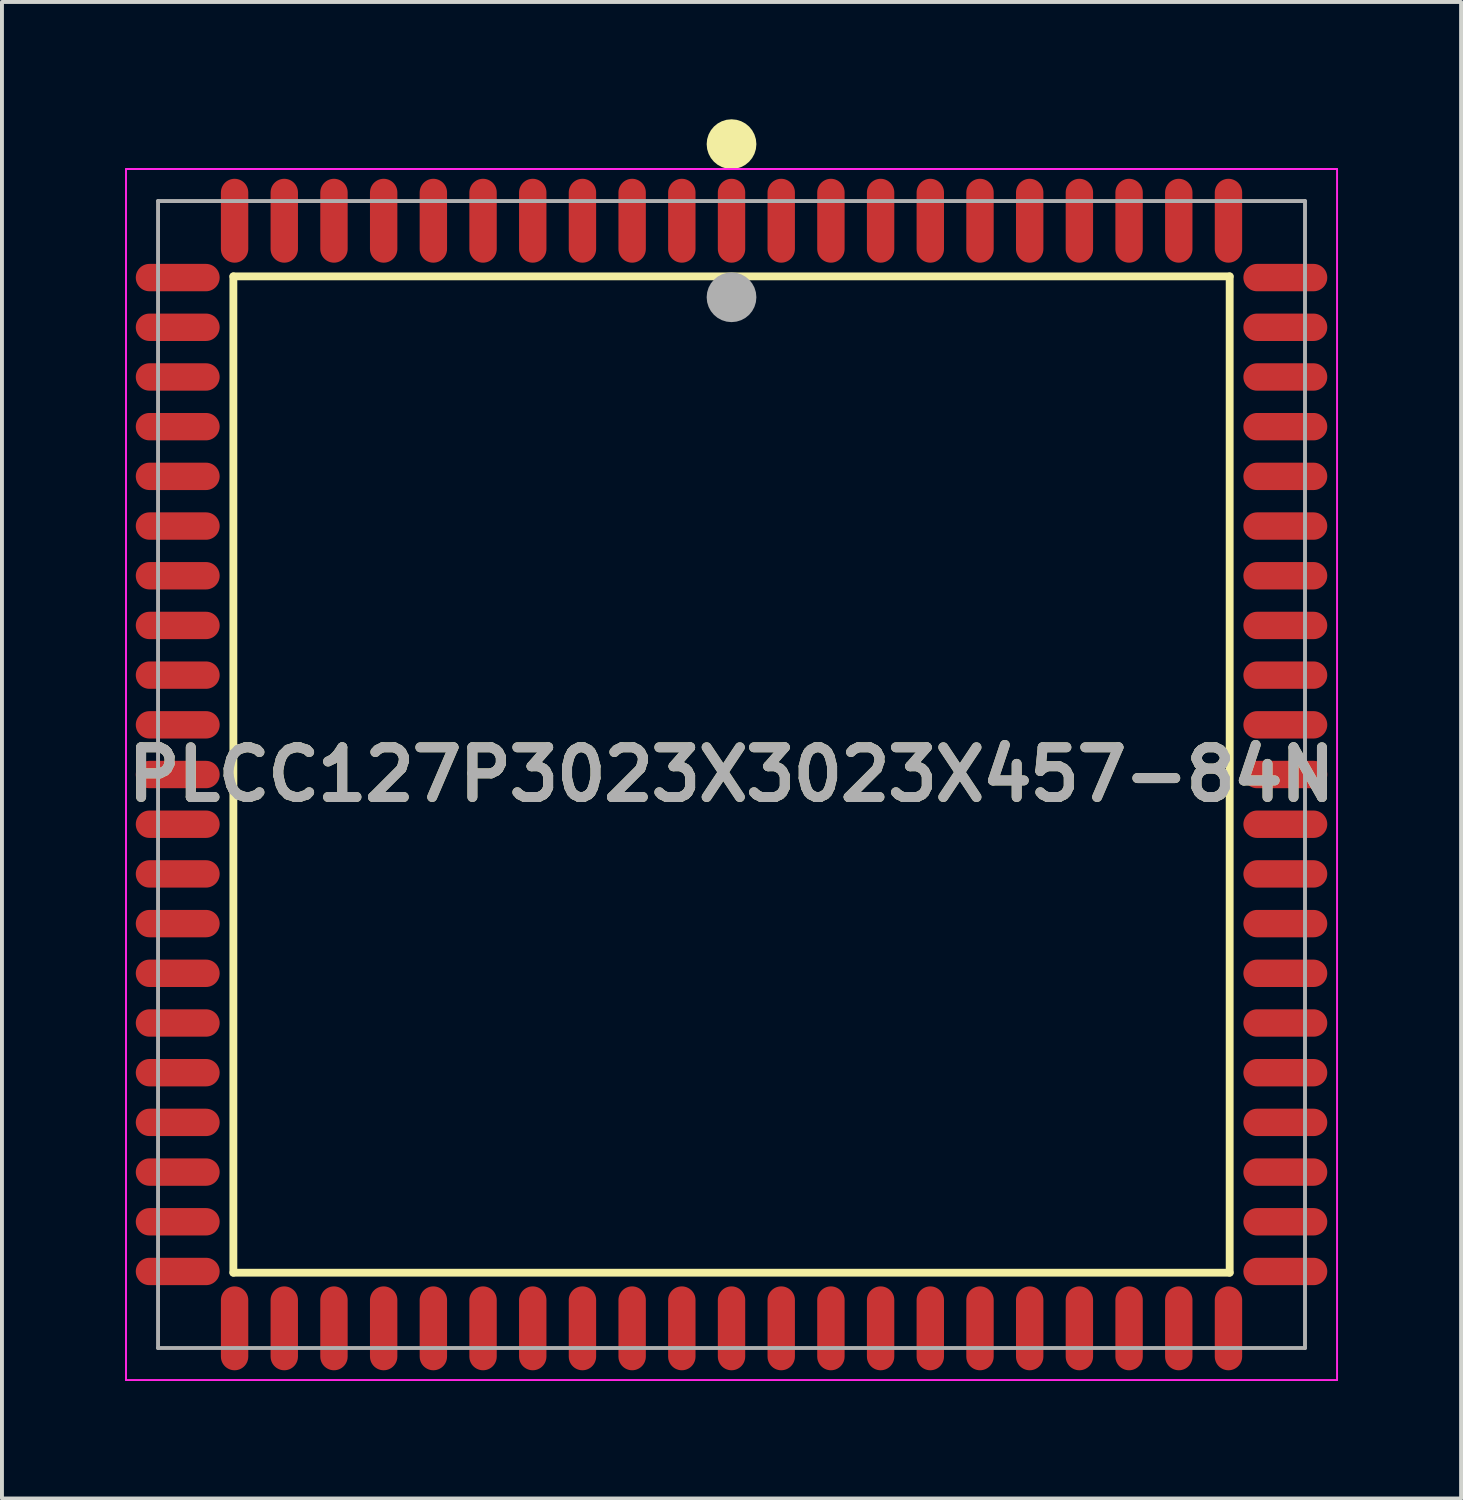
<source format=kicad_pcb>
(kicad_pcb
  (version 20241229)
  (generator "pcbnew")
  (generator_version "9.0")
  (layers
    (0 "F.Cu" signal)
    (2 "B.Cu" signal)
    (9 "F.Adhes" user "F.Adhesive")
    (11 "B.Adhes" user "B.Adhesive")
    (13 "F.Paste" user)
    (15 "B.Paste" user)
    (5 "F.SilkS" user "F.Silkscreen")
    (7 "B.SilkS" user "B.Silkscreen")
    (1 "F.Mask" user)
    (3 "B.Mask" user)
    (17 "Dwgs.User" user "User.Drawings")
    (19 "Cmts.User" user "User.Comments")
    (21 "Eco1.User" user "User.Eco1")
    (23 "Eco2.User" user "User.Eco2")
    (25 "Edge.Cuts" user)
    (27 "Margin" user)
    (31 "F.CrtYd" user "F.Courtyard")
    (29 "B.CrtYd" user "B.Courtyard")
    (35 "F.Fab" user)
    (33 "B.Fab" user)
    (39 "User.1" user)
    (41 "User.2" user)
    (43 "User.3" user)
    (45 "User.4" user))
  (footprint "PLCC127P3023X3023X457-84N"
    (layer "F.Cu")
    (at 15.645 16.744)
    (property "Reference" "PLCC127P3023X3023X457-84N" (at 0 0 0) (layer "F.SilkS") (effects (font (size 1.27 1.27) (thickness 0.254))))
    (attr smd)
    (fp_line (start -12.731 -12.731) (end 12.731 -12.731) (stroke (width 0.2) (type solid)) (layer "F.SilkS"))
    (fp_line (start -12.731 12.731) (end -12.731 -12.731) (stroke (width 0.2) (type solid)) (layer "F.SilkS"))
    (fp_line (start 12.731 -12.731) (end 12.731 12.731) (stroke (width 0.2) (type solid)) (layer "F.SilkS"))
    (fp_line (start 12.731 12.731) (end -12.731 12.731) (stroke (width 0.2) (type solid)) (layer "F.SilkS"))
    (fp_circle (center 0 -16.11) (end 0 -15.792) (stroke (width 0.635) (type solid)) (fill no) (layer "F.SilkS"))
    (fp_line (start -15.475 -15.475) (end 15.475 -15.475) (stroke (width 0.05) (type solid)) (layer "F.CrtYd"))
    (fp_line (start -15.475 15.475) (end -15.475 -15.475) (stroke (width 0.05) (type solid)) (layer "F.CrtYd"))
    (fp_line (start 15.475 -15.475) (end 15.475 15.475) (stroke (width 0.05) (type solid)) (layer "F.CrtYd"))
    (fp_line (start 15.475 15.475) (end -15.475 15.475) (stroke (width 0.05) (type solid)) (layer "F.CrtYd"))
    (fp_line (start -14.656 -14.656) (end 14.656 -14.656) (stroke (width 0.1) (type solid)) (layer "F.Fab"))
    (fp_line (start -14.656 14.656) (end -14.656 -14.656) (stroke (width 0.1) (type solid)) (layer "F.Fab"))
    (fp_line (start 14.656 -14.656) (end 14.656 14.656) (stroke (width 0.1) (type solid)) (layer "F.Fab"))
    (fp_line (start 14.656 14.656) (end -14.656 14.656) (stroke (width 0.1) (type solid)) (layer "F.Fab"))
    (fp_circle (center 0 -12.197) (end 0 -11.879) (stroke (width 0.635) (type solid)) (fill no) (layer "F.Fab"))
    (fp_text user "${REFERENCE}" (at 0 0 0) (layer "F.Fab") (effects (font (size 1.27 1.27) (thickness 0.254))))
    (pad "1" smd oval (at 0 -14.153) (size 0.7 2.144) (layers "F.Cu" "F.Mask" "F.Paste"))
    (pad "2" smd oval (at -1.27 -14.153) (size 0.7 2.144) (layers "F.Cu" "F.Mask" "F.Paste"))
    (pad "3" smd oval (at -2.54 -14.153) (size 0.7 2.144) (layers "F.Cu" "F.Mask" "F.Paste"))
    (pad "4" smd oval (at -3.81 -14.153) (size 0.7 2.144) (layers "F.Cu" "F.Mask" "F.Paste"))
    (pad "5" smd oval (at -5.08 -14.153) (size 0.7 2.144) (layers "F.Cu" "F.Mask" "F.Paste"))
    (pad "6" smd oval (at -6.35 -14.153) (size 0.7 2.144) (layers "F.Cu" "F.Mask" "F.Paste"))
    (pad "7" smd oval (at -7.62 -14.153) (size 0.7 2.144) (layers "F.Cu" "F.Mask" "F.Paste"))
    (pad "8" smd oval (at -8.89 -14.153) (size 0.7 2.144) (layers "F.Cu" "F.Mask" "F.Paste"))
    (pad "9" smd oval (at -10.16 -14.153) (size 0.7 2.144) (layers "F.Cu" "F.Mask" "F.Paste"))
    (pad "10" smd oval (at -11.43 -14.153) (size 0.7 2.144) (layers "F.Cu" "F.Mask" "F.Paste"))
    (pad "11" smd oval (at -12.7 -14.153) (size 0.7 2.144) (layers "F.Cu" "F.Mask" "F.Paste"))
    (pad "12" smd oval (at -14.153 -12.7 90) (size 0.7 2.144) (layers "F.Cu" "F.Mask" "F.Paste"))
    (pad "13" smd oval (at -14.153 -11.43 90) (size 0.7 2.144) (layers "F.Cu" "F.Mask" "F.Paste"))
    (pad "14" smd oval (at -14.153 -10.16 90) (size 0.7 2.144) (layers "F.Cu" "F.Mask" "F.Paste"))
    (pad "15" smd oval (at -14.153 -8.89 90) (size 0.7 2.144) (layers "F.Cu" "F.Mask" "F.Paste"))
    (pad "16" smd oval (at -14.153 -7.62 90) (size 0.7 2.144) (layers "F.Cu" "F.Mask" "F.Paste"))
    (pad "17" smd oval (at -14.153 -6.35 90) (size 0.7 2.144) (layers "F.Cu" "F.Mask" "F.Paste"))
    (pad "18" smd oval (at -14.153 -5.08 90) (size 0.7 2.144) (layers "F.Cu" "F.Mask" "F.Paste"))
    (pad "19" smd oval (at -14.153 -3.81 90) (size 0.7 2.144) (layers "F.Cu" "F.Mask" "F.Paste"))
    (pad "20" smd oval (at -14.153 -2.54 90) (size 0.7 2.144) (layers "F.Cu" "F.Mask" "F.Paste"))
    (pad "21" smd oval (at -14.153 -1.27 90) (size 0.7 2.144) (layers "F.Cu" "F.Mask" "F.Paste"))
    (pad "22" smd oval (at -14.153 0 90) (size 0.7 2.144) (layers "F.Cu" "F.Mask" "F.Paste"))
    (pad "23" smd oval (at -14.153 1.27 90) (size 0.7 2.144) (layers "F.Cu" "F.Mask" "F.Paste"))
    (pad "24" smd oval (at -14.153 2.54 90) (size 0.7 2.144) (layers "F.Cu" "F.Mask" "F.Paste"))
    (pad "25" smd oval (at -14.153 3.81 90) (size 0.7 2.144) (layers "F.Cu" "F.Mask" "F.Paste"))
    (pad "26" smd oval (at -14.153 5.08 90) (size 0.7 2.144) (layers "F.Cu" "F.Mask" "F.Paste"))
    (pad "27" smd oval (at -14.153 6.35 90) (size 0.7 2.144) (layers "F.Cu" "F.Mask" "F.Paste"))
    (pad "28" smd oval (at -14.153 7.62 90) (size 0.7 2.144) (layers "F.Cu" "F.Mask" "F.Paste"))
    (pad "29" smd oval (at -14.153 8.89 90) (size 0.7 2.144) (layers "F.Cu" "F.Mask" "F.Paste"))
    (pad "30" smd oval (at -14.153 10.16 90) (size 0.7 2.144) (layers "F.Cu" "F.Mask" "F.Paste"))
    (pad "31" smd oval (at -14.153 11.43 90) (size 0.7 2.144) (layers "F.Cu" "F.Mask" "F.Paste"))
    (pad "32" smd oval (at -14.153 12.7 90) (size 0.7 2.144) (layers "F.Cu" "F.Mask" "F.Paste"))
    (pad "33" smd oval (at -12.7 14.153) (size 0.7 2.144) (layers "F.Cu" "F.Mask" "F.Paste"))
    (pad "34" smd oval (at -11.43 14.153) (size 0.7 2.144) (layers "F.Cu" "F.Mask" "F.Paste"))
    (pad "35" smd oval (at -10.16 14.153) (size 0.7 2.144) (layers "F.Cu" "F.Mask" "F.Paste"))
    (pad "36" smd oval (at -8.89 14.153) (size 0.7 2.144) (layers "F.Cu" "F.Mask" "F.Paste"))
    (pad "37" smd oval (at -7.62 14.153) (size 0.7 2.144) (layers "F.Cu" "F.Mask" "F.Paste"))
    (pad "38" smd oval (at -6.35 14.153) (size 0.7 2.144) (layers "F.Cu" "F.Mask" "F.Paste"))
    (pad "39" smd oval (at -5.08 14.153) (size 0.7 2.144) (layers "F.Cu" "F.Mask" "F.Paste"))
    (pad "40" smd oval (at -3.81 14.153) (size 0.7 2.144) (layers "F.Cu" "F.Mask" "F.Paste"))
    (pad "41" smd oval (at -2.54 14.153) (size 0.7 2.144) (layers "F.Cu" "F.Mask" "F.Paste"))
    (pad "42" smd oval (at -1.27 14.153) (size 0.7 2.144) (layers "F.Cu" "F.Mask" "F.Paste"))
    (pad "43" smd oval (at 0 14.153) (size 0.7 2.144) (layers "F.Cu" "F.Mask" "F.Paste"))
    (pad "44" smd oval (at 1.27 14.153) (size 0.7 2.144) (layers "F.Cu" "F.Mask" "F.Paste"))
    (pad "45" smd oval (at 2.54 14.153) (size 0.7 2.144) (layers "F.Cu" "F.Mask" "F.Paste"))
    (pad "46" smd oval (at 3.81 14.153) (size 0.7 2.144) (layers "F.Cu" "F.Mask" "F.Paste"))
    (pad "47" smd oval (at 5.08 14.153) (size 0.7 2.144) (layers "F.Cu" "F.Mask" "F.Paste"))
    (pad "48" smd oval (at 6.35 14.153) (size 0.7 2.144) (layers "F.Cu" "F.Mask" "F.Paste"))
    (pad "49" smd oval (at 7.62 14.153) (size 0.7 2.144) (layers "F.Cu" "F.Mask" "F.Paste"))
    (pad "50" smd oval (at 8.89 14.153) (size 0.7 2.144) (layers "F.Cu" "F.Mask" "F.Paste"))
    (pad "51" smd oval (at 10.16 14.153) (size 0.7 2.144) (layers "F.Cu" "F.Mask" "F.Paste"))
    (pad "52" smd oval (at 11.43 14.153) (size 0.7 2.144) (layers "F.Cu" "F.Mask" "F.Paste"))
    (pad "53" smd oval (at 12.7 14.153) (size 0.7 2.144) (layers "F.Cu" "F.Mask" "F.Paste"))
    (pad "54" smd oval (at 14.153 12.7 90) (size 0.7 2.144) (layers "F.Cu" "F.Mask" "F.Paste"))
    (pad "55" smd oval (at 14.153 11.43 90) (size 0.7 2.144) (layers "F.Cu" "F.Mask" "F.Paste"))
    (pad "56" smd oval (at 14.153 10.16 90) (size 0.7 2.144) (layers "F.Cu" "F.Mask" "F.Paste"))
    (pad "57" smd oval (at 14.153 8.89 90) (size 0.7 2.144) (layers "F.Cu" "F.Mask" "F.Paste"))
    (pad "58" smd oval (at 14.153 7.62 90) (size 0.7 2.144) (layers "F.Cu" "F.Mask" "F.Paste"))
    (pad "59" smd oval (at 14.153 6.35 90) (size 0.7 2.144) (layers "F.Cu" "F.Mask" "F.Paste"))
    (pad "60" smd oval (at 14.153 5.08 90) (size 0.7 2.144) (layers "F.Cu" "F.Mask" "F.Paste"))
    (pad "61" smd oval (at 14.153 3.81 90) (size 0.7 2.144) (layers "F.Cu" "F.Mask" "F.Paste"))
    (pad "62" smd oval (at 14.153 2.54 90) (size 0.7 2.144) (layers "F.Cu" "F.Mask" "F.Paste"))
    (pad "63" smd oval (at 14.153 1.27 90) (size 0.7 2.144) (layers "F.Cu" "F.Mask" "F.Paste"))
    (pad "64" smd oval (at 14.153 0 90) (size 0.7 2.144) (layers "F.Cu" "F.Mask" "F.Paste"))
    (pad "65" smd oval (at 14.153 -1.27 90) (size 0.7 2.144) (layers "F.Cu" "F.Mask" "F.Paste"))
    (pad "66" smd oval (at 14.153 -2.54 90) (size 0.7 2.144) (layers "F.Cu" "F.Mask" "F.Paste"))
    (pad "67" smd oval (at 14.153 -3.81 90) (size 0.7 2.144) (layers "F.Cu" "F.Mask" "F.Paste"))
    (pad "68" smd oval (at 14.153 -5.08 90) (size 0.7 2.144) (layers "F.Cu" "F.Mask" "F.Paste"))
    (pad "69" smd oval (at 14.153 -6.35 90) (size 0.7 2.144) (layers "F.Cu" "F.Mask" "F.Paste"))
    (pad "70" smd oval (at 14.153 -7.62 90) (size 0.7 2.144) (layers "F.Cu" "F.Mask" "F.Paste"))
    (pad "71" smd oval (at 14.153 -8.89 90) (size 0.7 2.144) (layers "F.Cu" "F.Mask" "F.Paste"))
    (pad "72" smd oval (at 14.153 -10.16 90) (size 0.7 2.144) (layers "F.Cu" "F.Mask" "F.Paste"))
    (pad "73" smd oval (at 14.153 -11.43 90) (size 0.7 2.144) (layers "F.Cu" "F.Mask" "F.Paste"))
    (pad "74" smd oval (at 14.153 -12.7 90) (size 0.7 2.144) (layers "F.Cu" "F.Mask" "F.Paste"))
    (pad "75" smd oval (at 12.7 -14.153) (size 0.7 2.144) (layers "F.Cu" "F.Mask" "F.Paste"))
    (pad "76" smd oval (at 11.43 -14.153) (size 0.7 2.144) (layers "F.Cu" "F.Mask" "F.Paste"))
    (pad "77" smd oval (at 10.16 -14.153) (size 0.7 2.144) (layers "F.Cu" "F.Mask" "F.Paste"))
    (pad "78" smd oval (at 8.89 -14.153) (size 0.7 2.144) (layers "F.Cu" "F.Mask" "F.Paste"))
    (pad "79" smd oval (at 7.62 -14.153) (size 0.7 2.144) (layers "F.Cu" "F.Mask" "F.Paste"))
    (pad "80" smd oval (at 6.35 -14.153) (size 0.7 2.144) (layers "F.Cu" "F.Mask" "F.Paste"))
    (pad "81" smd oval (at 5.08 -14.153) (size 0.7 2.144) (layers "F.Cu" "F.Mask" "F.Paste"))
    (pad "82" smd oval (at 3.81 -14.153) (size 0.7 2.144) (layers "F.Cu" "F.Mask" "F.Paste"))
    (pad "83" smd oval (at 2.54 -14.153) (size 0.7 2.144) (layers "F.Cu" "F.Mask" "F.Paste"))
    (pad "84" smd oval (at 1.27 -14.153) (size 0.7 2.144) (layers "F.Cu" "F.Mask" "F.Paste")))
  (gr_rect
    (start -3 -3)
    (end 34.29 35.245)
    (stroke (width 0.1) (type default))
    (fill no)
    (layer "Edge.Cuts")))
</source>
